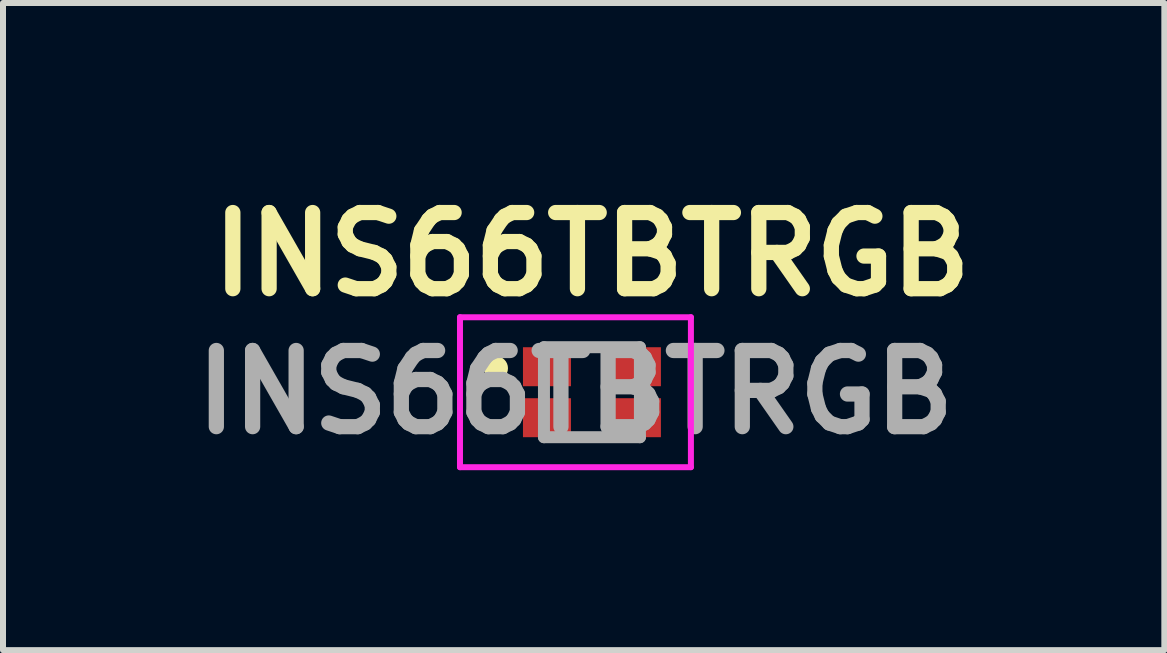
<source format=kicad_pcb>
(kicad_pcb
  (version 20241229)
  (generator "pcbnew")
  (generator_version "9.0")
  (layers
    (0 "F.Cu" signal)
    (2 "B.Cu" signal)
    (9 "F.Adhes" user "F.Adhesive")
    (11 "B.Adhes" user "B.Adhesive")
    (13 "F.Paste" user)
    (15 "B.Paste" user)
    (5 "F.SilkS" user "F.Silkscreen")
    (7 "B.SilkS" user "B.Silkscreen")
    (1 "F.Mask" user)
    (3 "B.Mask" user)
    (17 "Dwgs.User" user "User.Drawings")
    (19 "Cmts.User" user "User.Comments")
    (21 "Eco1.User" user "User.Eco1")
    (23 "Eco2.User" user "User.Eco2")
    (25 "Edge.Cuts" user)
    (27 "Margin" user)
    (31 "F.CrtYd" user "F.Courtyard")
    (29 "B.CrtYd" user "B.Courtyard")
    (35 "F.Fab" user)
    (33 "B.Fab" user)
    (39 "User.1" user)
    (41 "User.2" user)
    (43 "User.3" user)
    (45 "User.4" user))
  (footprint "INS66TBTRGB"
    (layer "F.Cu")
    (at 6.819 3.489)
    (property "Reference" "INS66TBTRGB" (at 0 -2.3 0) (layer "F.SilkS") (effects (font (size 1.27 1.27) (thickness 0.254))))
    (attr smd)
    (fp_line (start -1.6 -0.5) (end -1.6 -0.5) (stroke (width 0.2) (type solid)) (layer "F.SilkS"))
    (fp_line (start -1.6 -0.3) (end -1.6 -0.3) (stroke (width 0.2) (type solid)) (layer "F.SilkS"))
    (fp_line (start -0.1 -0.75) (end 0.1 -0.75) (stroke (width 0.1) (type solid)) (layer "F.SilkS"))
    (fp_line (start -0.1 0.75) (end 0.1 0.75) (stroke (width 0.1) (type solid)) (layer "F.SilkS"))
    (fp_arc (start -1.6 -0.5) (mid -1.5 -0.4) (end -1.6 -0.3) (stroke (width 0.2) (type solid)) (layer "F.SilkS"))
    (fp_arc (start -1.6 -0.3) (mid -1.7 -0.4) (end -1.6 -0.5) (stroke (width 0.2) (type solid)) (layer "F.SilkS"))
    (fp_line (start -2.2 -1.25) (end 1.65 -1.25) (stroke (width 0.1) (type solid)) (layer "F.CrtYd"))
    (fp_line (start -2.2 1.25) (end -2.2 -1.25) (stroke (width 0.1) (type solid)) (layer "F.CrtYd"))
    (fp_line (start 1.65 -1.25) (end 1.65 1.25) (stroke (width 0.1) (type solid)) (layer "F.CrtYd"))
    (fp_line (start 1.65 1.25) (end -2.2 1.25) (stroke (width 0.1) (type solid)) (layer "F.CrtYd"))
    (fp_line (start -0.8 -0.75) (end 0.8 -0.75) (stroke (width 0.2) (type solid)) (layer "F.Fab"))
    (fp_line (start -0.8 0.75) (end -0.8 -0.75) (stroke (width 0.2) (type solid)) (layer "F.Fab"))
    (fp_line (start 0.8 -0.75) (end 0.8 0.75) (stroke (width 0.2) (type solid)) (layer "F.Fab"))
    (fp_line (start 0.8 0.75) (end -0.8 0.75) (stroke (width 0.2) (type solid)) (layer "F.Fab"))
    (fp_text user "${REFERENCE}" (at -0.275 0 0) (layer "F.Fab") (effects (font (size 1.27 1.27) (thickness 0.254))))
    (pad "1" smd rect (at -0.75 -0.425 90) (size 0.65 0.8) (layers "F.Cu" "F.Mask" "F.Paste"))
    (pad "2" smd rect (at 0.75 -0.425 90) (size 0.65 0.8) (layers "F.Cu" "F.Mask" "F.Paste"))
    (pad "3" smd rect (at -0.75 0.425 90) (size 0.65 0.8) (layers "F.Cu" "F.Mask" "F.Paste"))
    (pad "4" smd rect (at 0.75 0.425 90) (size 0.65 0.8) (layers "F.Cu" "F.Mask" "F.Paste")))
  (gr_rect
    (start -3 -3)
    (end 16.362 7.789)
    (stroke (width 0.1) (type default))
    (fill no)
    (layer "Edge.Cuts")))
</source>
